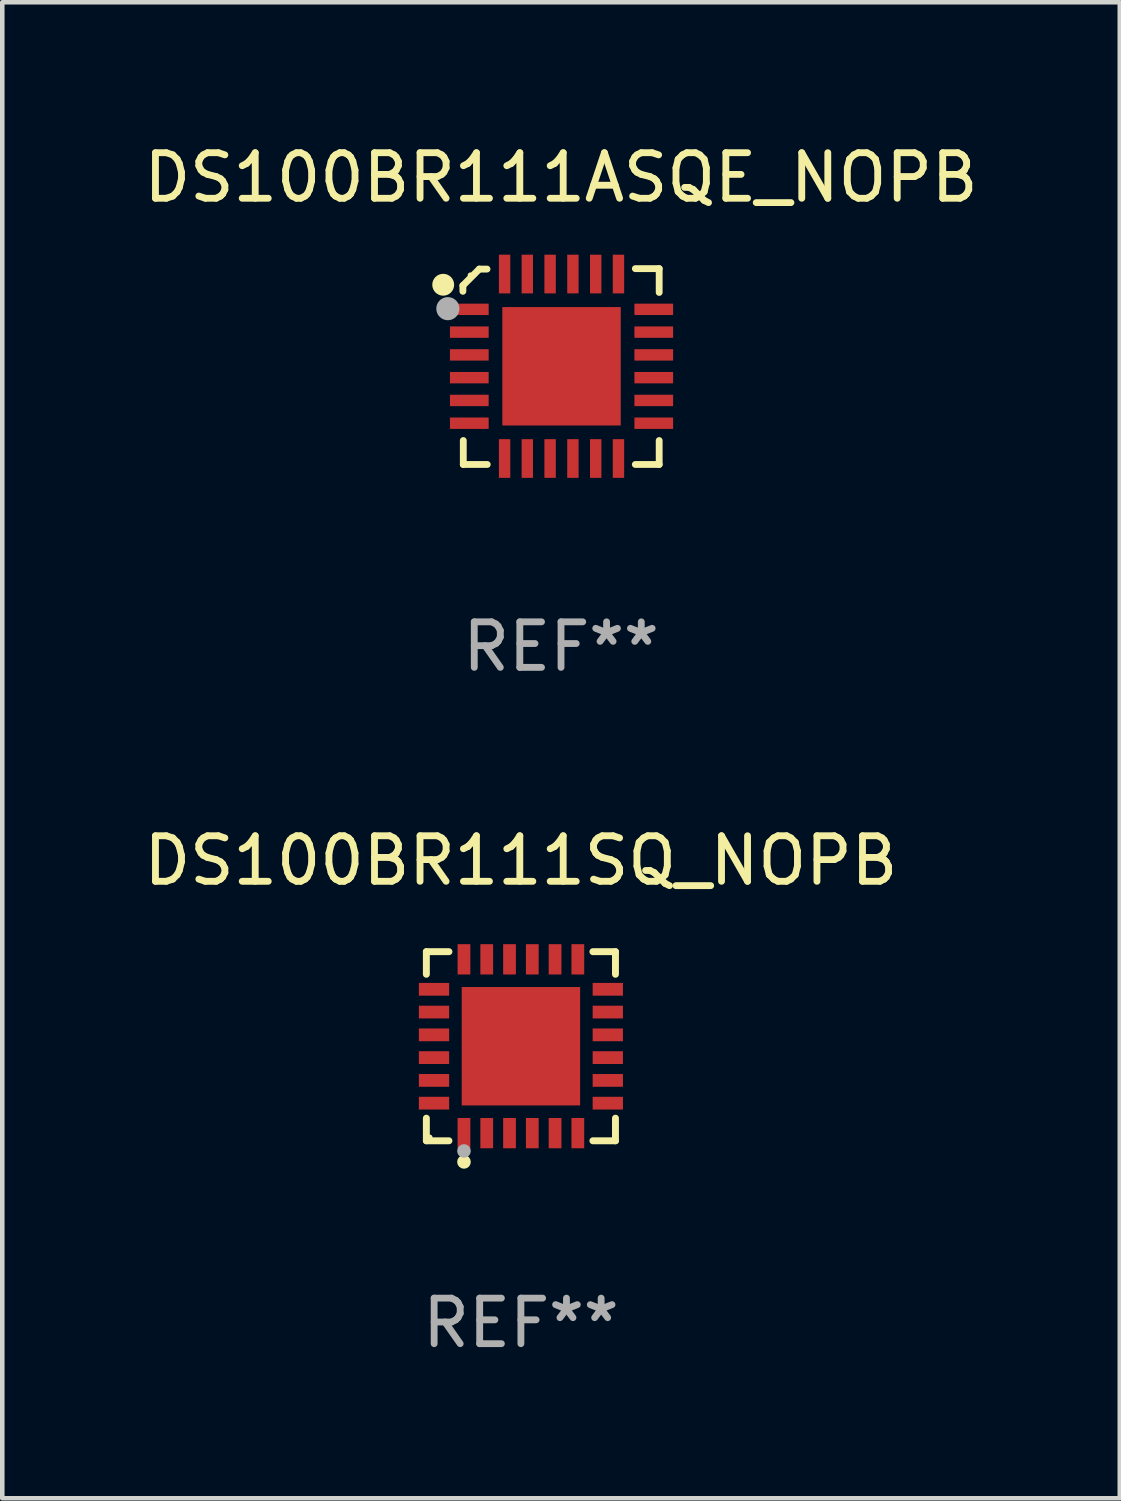
<source format=kicad_pcb>
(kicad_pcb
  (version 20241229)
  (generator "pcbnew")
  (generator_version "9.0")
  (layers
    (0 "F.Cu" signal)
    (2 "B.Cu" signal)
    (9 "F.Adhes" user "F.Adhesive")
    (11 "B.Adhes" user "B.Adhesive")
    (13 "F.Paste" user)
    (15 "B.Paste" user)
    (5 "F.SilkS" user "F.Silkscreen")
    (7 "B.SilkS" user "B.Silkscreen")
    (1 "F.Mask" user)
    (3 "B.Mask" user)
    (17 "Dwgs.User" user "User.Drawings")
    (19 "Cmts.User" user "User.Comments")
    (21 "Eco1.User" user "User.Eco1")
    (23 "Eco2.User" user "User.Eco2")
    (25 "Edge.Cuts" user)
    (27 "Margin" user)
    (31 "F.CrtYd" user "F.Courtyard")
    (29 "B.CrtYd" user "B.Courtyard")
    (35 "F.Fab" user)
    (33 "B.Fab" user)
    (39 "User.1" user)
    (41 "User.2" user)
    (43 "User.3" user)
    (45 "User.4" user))
  (footprint "DS100BR111SQ_NOPB"
    (layer "F.Cu")
    (at 8.387 19.921)
    (property "Reference" "DS100BR111SQ_NOPB" (at 0 -4.076 0) (layer "F.SilkS") (effects (font (size 1 1) (thickness 0.15))))
    (attr through_hole)
    (fp_line (start -2.076 -2.076) (end -1.58 -2.076) (stroke (width 0.152) (type solid)) (layer "F.SilkS"))
    (fp_line (start -2.076 -1.58) (end -2.076 -2.076) (stroke (width 0.152) (type solid)) (layer "F.SilkS"))
    (fp_line (start -2.076 1.58) (end -2.076 2.076) (stroke (width 0.152) (type solid)) (layer "F.SilkS"))
    (fp_line (start -2.076 2.076) (end -1.58 2.076) (stroke (width 0.152) (type solid)) (layer "F.SilkS"))
    (fp_line (start 2.076 -2.076) (end 1.58 -2.076) (stroke (width 0.152) (type solid)) (layer "F.SilkS"))
    (fp_line (start 2.076 -1.58) (end 2.076 -2.076) (stroke (width 0.152) (type solid)) (layer "F.SilkS"))
    (fp_line (start 2.076 1.58) (end 2.076 2.076) (stroke (width 0.152) (type solid)) (layer "F.SilkS"))
    (fp_line (start 2.076 2.076) (end 1.58 2.076) (stroke (width 0.152) (type solid)) (layer "F.SilkS"))
    (fp_circle (center -2 2) (end -1.97 2) (stroke (width 0.06) (type solid)) (fill no) (layer "F.SilkS"))
    (fp_circle (center -1.25 2.54) (end -1.175 2.54) (stroke (width 0.15) (type solid)) (fill no) (layer "F.SilkS"))
    (fp_circle (center -1.25 2.3) (end -1.175 2.3) (stroke (width 0.15) (type solid)) (fill no) (layer "F.Fab"))
    (fp_text user "REF**" (at 0 6.076 0) (layer "F.Fab") (effects (font (size 1 1) (thickness 0.15))))
    (pad "1" smd rect (at -1.25 1.908) (size 0.28 0.665) (layers "F.Cu" "F.Mask" "F.Paste"))
    (pad "2" smd rect (at -0.75 1.908) (size 0.28 0.665) (layers "F.Cu" "F.Mask" "F.Paste"))
    (pad "3" smd rect (at -0.25 1.908) (size 0.28 0.665) (layers "F.Cu" "F.Mask" "F.Paste"))
    (pad "4" smd rect (at 0.25 1.908) (size 0.28 0.665) (layers "F.Cu" "F.Mask" "F.Paste"))
    (pad "5" smd rect (at 0.75 1.908) (size 0.28 0.665) (layers "F.Cu" "F.Mask" "F.Paste"))
    (pad "6" smd rect (at 1.25 1.908) (size 0.28 0.665) (layers "F.Cu" "F.Mask" "F.Paste"))
    (pad "7" smd rect (at 1.908 1.25) (size 0.665 0.28) (layers "F.Cu" "F.Mask" "F.Paste"))
    (pad "8" smd rect (at 1.908 0.75) (size 0.665 0.28) (layers "F.Cu" "F.Mask" "F.Paste"))
    (pad "9" smd rect (at 1.908 0.25) (size 0.665 0.28) (layers "F.Cu" "F.Mask" "F.Paste"))
    (pad "10" smd rect (at 1.908 -0.25) (size 0.665 0.28) (layers "F.Cu" "F.Mask" "F.Paste"))
    (pad "11" smd rect (at 1.908 -0.75) (size 0.665 0.28) (layers "F.Cu" "F.Mask" "F.Paste"))
    (pad "12" smd rect (at 1.908 -1.25) (size 0.665 0.28) (layers "F.Cu" "F.Mask" "F.Paste"))
    (pad "13" smd rect (at 1.25 -1.908) (size 0.28 0.665) (layers "F.Cu" "F.Mask" "F.Paste"))
    (pad "14" smd rect (at 0.75 -1.908) (size 0.28 0.665) (layers "F.Cu" "F.Mask" "F.Paste"))
    (pad "15" smd rect (at 0.25 -1.908) (size 0.28 0.665) (layers "F.Cu" "F.Mask" "F.Paste"))
    (pad "16" smd rect (at -0.25 -1.908) (size 0.28 0.665) (layers "F.Cu" "F.Mask" "F.Paste"))
    (pad "17" smd rect (at -0.75 -1.908) (size 0.28 0.665) (layers "F.Cu" "F.Mask" "F.Paste"))
    (pad "18" smd rect (at -1.25 -1.908) (size 0.28 0.665) (layers "F.Cu" "F.Mask" "F.Paste"))
    (pad "19" smd rect (at -1.908 -1.25) (size 0.665 0.28) (layers "F.Cu" "F.Mask" "F.Paste"))
    (pad "20" smd rect (at -1.908 -0.75) (size 0.665 0.28) (layers "F.Cu" "F.Mask" "F.Paste"))
    (pad "21" smd rect (at -1.908 -0.25) (size 0.665 0.28) (layers "F.Cu" "F.Mask" "F.Paste"))
    (pad "22" smd rect (at -1.908 0.25) (size 0.665 0.28) (layers "F.Cu" "F.Mask" "F.Paste"))
    (pad "23" smd rect (at -1.908 0.75) (size 0.665 0.28) (layers "F.Cu" "F.Mask" "F.Paste"))
    (pad "24" smd rect (at -1.908 1.25) (size 0.665 0.28) (layers "F.Cu" "F.Mask" "F.Paste"))
    (pad "25" smd rect (at 0 0) (size 2.6 2.6) (layers "F.Cu" "F.Mask" "F.Paste")))
  (footprint "DS100BR111ASQE_NOPB"
    (layer "F.Cu")
    (at 9.268 4.998)
    (property "Reference" "DS100BR111ASQE_NOPB" (at 0 -4.15 0) (layer "F.SilkS") (effects (font (size 1 1) (thickness 0.15))))
    (attr through_hole)
    (fp_line (start -2.155 -1.779) (end -2.155 -1.652) (stroke (width 0.15) (type solid)) (layer "F.SilkS"))
    (fp_line (start -2.146 2.15) (end -2.146 1.624) (stroke (width 0.15) (type solid)) (layer "F.SilkS"))
    (fp_line (start -1.795 -2.14) (end -2.155 -1.779) (stroke (width 0.15) (type solid)) (layer "F.SilkS"))
    (fp_line (start -1.625 -2.14) (end -1.795 -2.14) (stroke (width 0.15) (type solid)) (layer "F.SilkS"))
    (fp_line (start -1.62 2.15) (end -2.146 2.15) (stroke (width 0.15) (type solid)) (layer "F.SilkS"))
    (fp_line (start 1.631 -2.15) (end 2.155 -2.15) (stroke (width 0.15) (type solid)) (layer "F.SilkS"))
    (fp_line (start 1.631 2.15) (end 2.155 2.15) (stroke (width 0.15) (type solid)) (layer "F.SilkS"))
    (fp_line (start 2.155 -2.15) (end 2.155 -1.627) (stroke (width 0.15) (type solid)) (layer "F.SilkS"))
    (fp_line (start 2.155 2.15) (end 2.155 1.624) (stroke (width 0.15) (type solid)) (layer "F.SilkS"))
    (fp_circle (center -2.587 -1.796) (end -2.467 -1.796) (stroke (width 0.24) (type solid)) (fill no) (layer "F.SilkS"))
    (fp_circle (center -1.99 -2.006) (end -1.96 -2.006) (stroke (width 0.06) (type solid)) (fill no) (layer "F.SilkS"))
    (fp_circle (center -2.485 -1.271) (end -2.358 -1.271) (stroke (width 0.254) (type solid)) (fill no) (layer "F.Fab"))
    (fp_text user "REF**" (at 0 6.15 0) (layer "F.Fab") (effects (font (size 1 1) (thickness 0.15))))
    (pad "1" smd rect (at -2.014 -1.256) (size 0.85 0.25) (layers "F.Cu" "F.Mask" "F.Paste"))
    (pad "2" smd rect (at -2.014 -0.756) (size 0.85 0.25) (layers "F.Cu" "F.Mask" "F.Paste"))
    (pad "3" smd rect (at -2.014 -0.256) (size 0.85 0.25) (layers "F.Cu" "F.Mask" "F.Paste"))
    (pad "4" smd rect (at -2.014 0.244) (size 0.85 0.25) (layers "F.Cu" "F.Mask" "F.Paste"))
    (pad "5" smd rect (at -2.014 0.744) (size 0.85 0.25) (layers "F.Cu" "F.Mask" "F.Paste"))
    (pad "6" smd rect (at -2.014 1.244) (size 0.85 0.25) (layers "F.Cu" "F.Mask" "F.Paste"))
    (pad "7" smd rect (at -1.239 2.019 90) (size 0.85 0.25) (layers "F.Cu" "F.Mask" "F.Paste"))
    (pad "8" smd rect (at -0.74 2.019 90) (size 0.85 0.25) (layers "F.Cu" "F.Mask" "F.Paste"))
    (pad "9" smd rect (at -0.24 2.019 90) (size 0.85 0.25) (layers "F.Cu" "F.Mask" "F.Paste"))
    (pad "10" smd rect (at 0.261 2.019 90) (size 0.85 0.25) (layers "F.Cu" "F.Mask" "F.Paste"))
    (pad "11" smd rect (at 0.761 2.019 90) (size 0.85 0.25) (layers "F.Cu" "F.Mask" "F.Paste"))
    (pad "12" smd rect (at 1.261 2.019 90) (size 0.85 0.25) (layers "F.Cu" "F.Mask" "F.Paste"))
    (pad "13" smd rect (at 2.036 1.244) (size 0.85 0.25) (layers "F.Cu" "F.Mask" "F.Paste"))
    (pad "14" smd rect (at 2.036 0.744) (size 0.85 0.25) (layers "F.Cu" "F.Mask" "F.Paste"))
    (pad "15" smd rect (at 2.036 0.244) (size 0.85 0.25) (layers "F.Cu" "F.Mask" "F.Paste"))
    (pad "16" smd rect (at 2.036 -0.256) (size 0.85 0.25) (layers "F.Cu" "F.Mask" "F.Paste"))
    (pad "17" smd rect (at 2.036 -0.756) (size 0.85 0.25) (layers "F.Cu" "F.Mask" "F.Paste"))
    (pad "18" smd rect (at 2.036 -1.256) (size 0.85 0.25) (layers "F.Cu" "F.Mask" "F.Paste"))
    (pad "19" smd rect (at 1.261 -2.031 90) (size 0.85 0.25) (layers "F.Cu" "F.Mask" "F.Paste"))
    (pad "20" smd rect (at 0.761 -2.031 90) (size 0.85 0.25) (layers "F.Cu" "F.Mask" "F.Paste"))
    (pad "21" smd rect (at 0.261 -2.031 90) (size 0.85 0.25) (layers "F.Cu" "F.Mask" "F.Paste"))
    (pad "22" smd rect (at -0.24 -2.031 90) (size 0.85 0.25) (layers "F.Cu" "F.Mask" "F.Paste"))
    (pad "23" smd rect (at -0.74 -2.031 90) (size 0.85 0.25) (layers "F.Cu" "F.Mask" "F.Paste"))
    (pad "24" smd rect (at -1.239 -2.031 90) (size 0.85 0.25) (layers "F.Cu" "F.Mask" "F.Paste"))
    (pad "25" smd rect (at 0.011 -0.006) (size 2.6 2.6) (layers "F.Cu" "F.Mask" "F.Paste")))
  (gr_rect
    (start -3 -3)
    (end 21.536 29.846)
    (stroke (width 0.1) (type default))
    (fill no)
    (layer "Edge.Cuts")))
</source>
